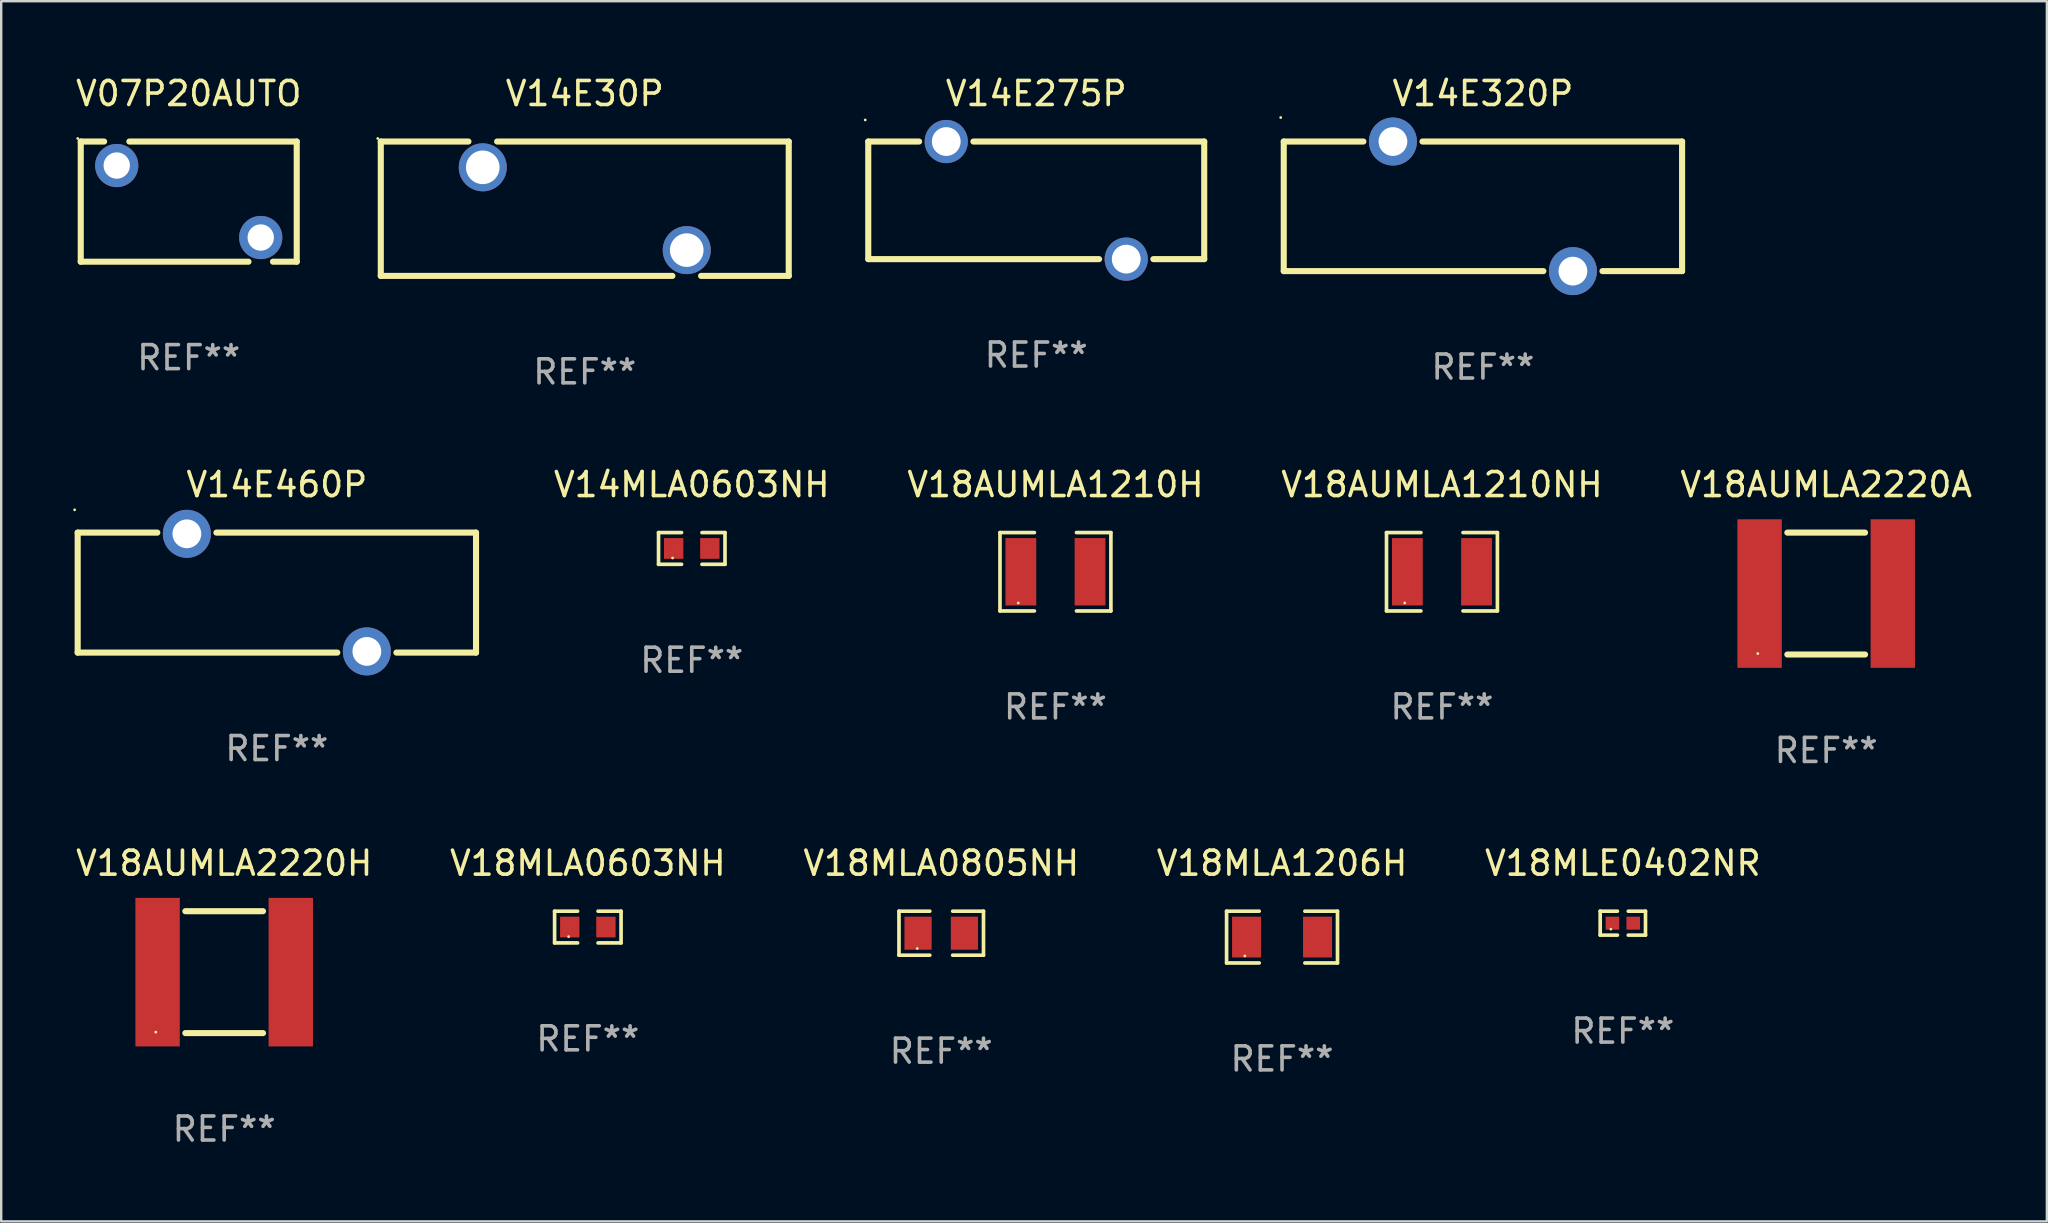
<source format=kicad_pcb>
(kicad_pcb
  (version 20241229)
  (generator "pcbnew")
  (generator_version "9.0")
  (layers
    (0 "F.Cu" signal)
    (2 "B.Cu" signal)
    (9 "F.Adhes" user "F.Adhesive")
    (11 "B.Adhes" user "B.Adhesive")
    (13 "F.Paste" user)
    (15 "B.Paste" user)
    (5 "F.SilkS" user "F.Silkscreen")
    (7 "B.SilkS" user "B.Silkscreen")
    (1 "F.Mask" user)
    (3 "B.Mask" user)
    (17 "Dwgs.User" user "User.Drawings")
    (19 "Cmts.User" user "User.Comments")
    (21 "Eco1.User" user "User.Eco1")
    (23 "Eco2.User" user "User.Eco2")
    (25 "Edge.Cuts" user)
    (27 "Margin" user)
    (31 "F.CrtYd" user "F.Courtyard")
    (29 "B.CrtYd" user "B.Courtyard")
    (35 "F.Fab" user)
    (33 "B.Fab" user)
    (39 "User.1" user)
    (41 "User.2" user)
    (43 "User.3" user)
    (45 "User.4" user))
  (footprint "V18MLA0805NH"
    (layer "F.Cu")
    (at 36.173 35.838)
    (property "Reference" "V18MLA0805NH" (at 0 -2.917 0) (layer "F.SilkS") (effects (font (size 1 1) (thickness 0.15))))
    (attr through_hole)
    (fp_line (start -1.761 -0.917) (end -0.476 -0.917) (stroke (width 0.152) (type solid)) (layer "F.SilkS"))
    (fp_line (start -1.761 0.917) (end -1.761 -0.917) (stroke (width 0.152) (type solid)) (layer "F.SilkS"))
    (fp_line (start -0.476 0.917) (end -1.761 0.917) (stroke (width 0.152) (type solid)) (layer "F.SilkS"))
    (fp_line (start 0.476 0.917) (end 1.761 0.917) (stroke (width 0.152) (type solid)) (layer "F.SilkS"))
    (fp_line (start 1.761 -0.917) (end 0.476 -0.917) (stroke (width 0.152) (type solid)) (layer "F.SilkS"))
    (fp_line (start 1.761 0.917) (end 1.761 -0.917) (stroke (width 0.152) (type solid)) (layer "F.SilkS"))
    (fp_circle (center -1 0.638) (end -0.97 0.638) (stroke (width 0.06) (type solid)) (fill no) (layer "F.SilkS"))
    (fp_text user "REF**" (at 0 4.917 0) (layer "F.Fab") (effects (font (size 1 1) (thickness 0.15))))
    (pad "1" smd rect (at -0.966 0) (size 1.133 1.377) (layers "F.Cu" "F.Mask" "F.Paste"))
    (pad "2" smd rect (at 0.966 0) (size 1.133 1.377) (layers "F.Cu" "F.Mask" "F.Paste")))
  (footprint "V18AUMLA2220A"
    (layer "F.Cu")
    (at 73.051 21.685)
    (property "Reference" "V18AUMLA2220A" (at 0 -4.54 0) (layer "F.SilkS") (effects (font (size 1 1) (thickness 0.15))))
    (attr through_hole)
    (fp_line (start -1.619 -2.54) (end 1.619 -2.54) (stroke (width 0.254) (type solid)) (layer "F.SilkS"))
    (fp_line (start -1.619 2.54) (end 1.619 2.54) (stroke (width 0.254) (type solid)) (layer "F.SilkS"))
    (fp_circle (center -2.85 2.5) (end -2.82 2.5) (stroke (width 0.06) (type solid)) (fill no) (layer "F.SilkS"))
    (fp_text user "REF**" (at 0 6.54 0) (layer "F.Fab") (effects (font (size 1 1) (thickness 0.15))))
    (pad "1" smd rect (at -2.775 0) (size 1.85 6.19) (layers "F.Cu" "F.Mask" "F.Paste"))
    (pad "2" smd rect (at 2.775 0) (size 1.85 6.19) (layers "F.Cu" "F.Mask" "F.Paste")))
  (footprint "V18AUMLA2220H"
    (layer "F.Cu")
    (at 6.292 37.461)
    (property "Reference" "V18AUMLA2220H" (at 0 -4.54 0) (layer "F.SilkS") (effects (font (size 1 1) (thickness 0.15))))
    (attr through_hole)
    (fp_line (start -1.619 -2.54) (end 1.619 -2.54) (stroke (width 0.254) (type solid)) (layer "F.SilkS"))
    (fp_line (start -1.619 2.54) (end 1.619 2.54) (stroke (width 0.254) (type solid)) (layer "F.SilkS"))
    (fp_circle (center -2.85 2.5) (end -2.82 2.5) (stroke (width 0.06) (type solid)) (fill no) (layer "F.SilkS"))
    (fp_text user "REF**" (at 0 6.54 0) (layer "F.Fab") (effects (font (size 1 1) (thickness 0.15))))
    (pad "1" smd rect (at -2.775 0) (size 1.85 6.19) (layers "F.Cu" "F.Mask" "F.Paste"))
    (pad "2" smd rect (at 2.775 0) (size 1.85 6.19) (layers "F.Cu" "F.Mask" "F.Paste")))
  (footprint "V14MLA0603NH"
    (layer "F.Cu")
    (at 25.777 19.805)
    (property "Reference" "V14MLA0603NH" (at 0 -2.661 0) (layer "F.SilkS") (effects (font (size 1 1) (thickness 0.15))))
    (attr through_hole)
    (fp_line (start -1.385 -0.661) (end -0.426 -0.661) (stroke (width 0.152) (type solid)) (layer "F.SilkS"))
    (fp_line (start -1.385 0.661) (end -1.385 -0.661) (stroke (width 0.152) (type solid)) (layer "F.SilkS"))
    (fp_line (start -0.426 0.661) (end -1.385 0.661) (stroke (width 0.152) (type solid)) (layer "F.SilkS"))
    (fp_line (start 0.426 0.661) (end 1.385 0.661) (stroke (width 0.152) (type solid)) (layer "F.SilkS"))
    (fp_line (start 1.385 -0.661) (end 0.426 -0.661) (stroke (width 0.152) (type solid)) (layer "F.SilkS"))
    (fp_line (start 1.385 0.661) (end 1.385 -0.661) (stroke (width 0.152) (type solid)) (layer "F.SilkS"))
    (fp_circle (center -0.8 0.4) (end -0.77 0.4) (stroke (width 0.06) (type solid)) (fill no) (layer "F.SilkS"))
    (fp_text user "REF**" (at 0 4.661 0) (layer "F.Fab") (effects (font (size 1 1) (thickness 0.15))))
    (pad "1" smd rect (at -0.753 0) (size 0.806 0.864) (layers "F.Cu" "F.Mask" "F.Paste"))
    (pad "2" smd rect (at 0.753 0) (size 0.806 0.864) (layers "F.Cu" "F.Mask" "F.Paste")))
  (footprint "V14E275P"
    (layer "F.Cu")
    (at 40.132 5.298)
    (property "Reference" "V14E275P" (at 0 -4.45 0) (layer "F.SilkS") (effects (font (size 1 1) (thickness 0.15))))
    (attr through_hole)
    (fp_line (start -7 -2.45) (end -4.881 -2.45) (stroke (width 0.254) (type solid)) (layer "F.SilkS"))
    (fp_line (start -7 2.45) (end -7 -2.45) (stroke (width 0.254) (type solid)) (layer "F.SilkS"))
    (fp_line (start -7 2.45) (end 2.619 2.45) (stroke (width 0.254) (type solid)) (layer "F.SilkS"))
    (fp_line (start -2.619 -2.45) (end 7 -2.45) (stroke (width 0.254) (type solid)) (layer "F.SilkS"))
    (fp_line (start 4.881 2.45) (end 7 2.45) (stroke (width 0.254) (type solid)) (layer "F.SilkS"))
    (fp_line (start 7 -2.45) (end 7 2.45) (stroke (width 0.254) (type solid)) (layer "F.SilkS"))
    (fp_circle (center -7.127 -3.35) (end -7.097 -3.35) (stroke (width 0.06) (type solid)) (fill no) (layer "F.SilkS"))
    (fp_text user "REF**" (at 0 6.45 0) (layer "F.Fab") (effects (font (size 1 1) (thickness 0.15))))
    (pad "1" thru_hole circle (at -3.75 -2.45) (size 1.8 1.8) (drill 1.2) (layers "*.Cu" "*.Mask"))
    (pad "2" thru_hole circle (at 3.75 2.45) (size 1.8 1.8) (drill 1.2) (layers "*.Cu" "*.Mask")))
  (footprint "V18MLA0603NH"
    (layer "F.Cu")
    (at 21.446 35.582)
    (property "Reference" "V18MLA0603NH" (at 0 -2.661 0) (layer "F.SilkS") (effects (font (size 1 1) (thickness 0.15))))
    (attr through_hole)
    (fp_line (start -1.385 -0.661) (end -0.426 -0.661) (stroke (width 0.152) (type solid)) (layer "F.SilkS"))
    (fp_line (start -1.385 0.661) (end -1.385 -0.661) (stroke (width 0.152) (type solid)) (layer "F.SilkS"))
    (fp_line (start -0.426 0.661) (end -1.385 0.661) (stroke (width 0.152) (type solid)) (layer "F.SilkS"))
    (fp_line (start 0.426 0.661) (end 1.385 0.661) (stroke (width 0.152) (type solid)) (layer "F.SilkS"))
    (fp_line (start 1.385 -0.661) (end 0.426 -0.661) (stroke (width 0.152) (type solid)) (layer "F.SilkS"))
    (fp_line (start 1.385 0.661) (end 1.385 -0.661) (stroke (width 0.152) (type solid)) (layer "F.SilkS"))
    (fp_circle (center -0.8 0.4) (end -0.77 0.4) (stroke (width 0.06) (type solid)) (fill no) (layer "F.SilkS"))
    (fp_text user "REF**" (at 0 4.661 0) (layer "F.Fab") (effects (font (size 1 1) (thickness 0.15))))
    (pad "1" smd rect (at -0.753 0) (size 0.806 0.864) (layers "F.Cu" "F.Mask" "F.Paste"))
    (pad "2" smd rect (at 0.753 0) (size 0.806 0.864) (layers "F.Cu" "F.Mask" "F.Paste")))
  (footprint "V18AUMLA1210NH"
    (layer "F.Cu")
    (at 57.039 20.777)
    (property "Reference" "V18AUMLA1210NH" (at 0 -3.633 0) (layer "F.SilkS") (effects (font (size 1 1) (thickness 0.15))))
    (attr through_hole)
    (fp_line (start -2.311 -1.633) (end -0.876 -1.633) (stroke (width 0.152) (type solid)) (layer "F.SilkS"))
    (fp_line (start -2.311 1.633) (end -2.311 -1.633) (stroke (width 0.152) (type solid)) (layer "F.SilkS"))
    (fp_line (start -0.876 1.633) (end -2.311 1.633) (stroke (width 0.152) (type solid)) (layer "F.SilkS"))
    (fp_line (start 0.876 1.633) (end 2.311 1.633) (stroke (width 0.152) (type solid)) (layer "F.SilkS"))
    (fp_line (start 2.311 -1.633) (end 0.876 -1.633) (stroke (width 0.152) (type solid)) (layer "F.SilkS"))
    (fp_line (start 2.311 1.633) (end 2.311 -1.633) (stroke (width 0.152) (type solid)) (layer "F.SilkS"))
    (fp_circle (center -1.55 1.3) (end -1.52 1.3) (stroke (width 0.06) (type solid)) (fill no) (layer "F.SilkS"))
    (fp_text user "REF**" (at 0 5.633 0) (layer "F.Fab") (effects (font (size 1 1) (thickness 0.15))))
    (pad "1" smd rect (at -1.441 0) (size 1.283 2.808) (layers "F.Cu" "F.Mask" "F.Paste"))
    (pad "2" smd rect (at 1.441 0) (size 1.283 2.808) (layers "F.Cu" "F.Mask" "F.Paste")))
  (footprint "V18MLA1206H"
    (layer "F.Cu")
    (at 50.375 36)
    (property "Reference" "V18MLA1206H" (at 0 -3.079 0) (layer "F.SilkS") (effects (font (size 1 1) (thickness 0.15))))
    (attr through_hole)
    (fp_line (start -2.311 -1.079) (end -0.951 -1.079) (stroke (width 0.152) (type solid)) (layer "F.SilkS"))
    (fp_line (start -2.311 1.079) (end -2.311 -1.079) (stroke (width 0.152) (type solid)) (layer "F.SilkS"))
    (fp_line (start -0.951 1.079) (end -2.311 1.079) (stroke (width 0.152) (type solid)) (layer "F.SilkS"))
    (fp_line (start 0.951 1.079) (end 2.311 1.079) (stroke (width 0.152) (type solid)) (layer "F.SilkS"))
    (fp_line (start 2.311 -1.079) (end 0.951 -1.079) (stroke (width 0.152) (type solid)) (layer "F.SilkS"))
    (fp_line (start 2.311 1.079) (end 2.311 -1.079) (stroke (width 0.152) (type solid)) (layer "F.SilkS"))
    (fp_circle (center -1.55 0.787) (end -1.52 0.787) (stroke (width 0.06) (type solid)) (fill no) (layer "F.SilkS"))
    (fp_text user "REF**" (at 0 5.079 0) (layer "F.Fab") (effects (font (size 1 1) (thickness 0.15))))
    (pad "1" smd rect (at -1.479 0) (size 1.208 1.701) (layers "F.Cu" "F.Mask" "F.Paste"))
    (pad "2" smd rect (at 1.479 0) (size 1.208 1.701) (layers "F.Cu" "F.Mask" "F.Paste")))
  (footprint "V14E30P"
    (layer "F.Cu")
    (at 21.318 5.648)
    (property "Reference" "V14E30P" (at 0 -4.8 0) (layer "F.SilkS") (effects (font (size 1 1) (thickness 0.15))))
    (attr through_hole)
    (fp_line (start -8.5 -2.8) (end -4.847 -2.8) (stroke (width 0.254) (type solid)) (layer "F.SilkS"))
    (fp_line (start -8.5 2.8) (end -8.5 -2.8) (stroke (width 0.254) (type solid)) (layer "F.SilkS"))
    (fp_line (start -8.5 2.8) (end 3.652 2.8) (stroke (width 0.254) (type solid)) (layer "F.SilkS"))
    (fp_line (start -3.652 -2.8) (end 8.5 -2.8) (stroke (width 0.254) (type solid)) (layer "F.SilkS"))
    (fp_line (start 4.847 2.8) (end 8.5 2.8) (stroke (width 0.254) (type solid)) (layer "F.SilkS"))
    (fp_line (start 8.5 -2.8) (end 8.5 2.8) (stroke (width 0.254) (type solid)) (layer "F.SilkS"))
    (fp_circle (center -8.627 -2.927) (end -8.597 -2.927) (stroke (width 0.06) (type solid)) (fill no) (layer "F.SilkS"))
    (fp_text user "REF**" (at 0 6.8 0) (layer "F.Fab") (effects (font (size 1 1) (thickness 0.15))))
    (pad "1" thru_hole circle (at -4.25 -1.725) (size 2 2) (drill 1.4) (layers "*.Cu" "*.Mask"))
    (pad "2" thru_hole circle (at 4.25 1.725) (size 2 2) (drill 1.4) (layers "*.Cu" "*.Mask")))
  (footprint "V18MLE0402NR"
    (layer "F.Cu")
    (at 64.577 35.42)
    (property "Reference" "V18MLE0402NR" (at 0 -2.499 0) (layer "F.SilkS") (effects (font (size 1 1) (thickness 0.15))))
    (attr through_hole)
    (fp_line (start -0.944 -0.499) (end -0.226 -0.499) (stroke (width 0.152) (type solid)) (layer "F.SilkS"))
    (fp_line (start -0.944 0.499) (end -0.944 -0.499) (stroke (width 0.152) (type solid)) (layer "F.SilkS"))
    (fp_line (start -0.226 0.499) (end -0.944 0.499) (stroke (width 0.152) (type solid)) (layer "F.SilkS"))
    (fp_line (start 0.226 0.499) (end 0.944 0.499) (stroke (width 0.152) (type solid)) (layer "F.SilkS"))
    (fp_line (start 0.944 -0.499) (end 0.226 -0.499) (stroke (width 0.152) (type solid)) (layer "F.SilkS"))
    (fp_line (start 0.944 0.499) (end 0.944 -0.499) (stroke (width 0.152) (type solid)) (layer "F.SilkS"))
    (fp_circle (center -0.5 0.25) (end -0.47 0.25) (stroke (width 0.06) (type solid)) (fill no) (layer "F.SilkS"))
    (fp_text user "REF**" (at 0 4.499 0) (layer "F.Fab") (effects (font (size 1 1) (thickness 0.15))))
    (pad "1" smd rect (at -0.433 0) (size 0.566 0.54) (layers "F.Cu" "F.Mask" "F.Paste"))
    (pad "2" smd rect (at 0.433 0) (size 0.566 0.54) (layers "F.Cu" "F.Mask" "F.Paste")))
  (footprint "V07P20AUTO"
    (layer "F.Cu")
    (at 4.815 5.352)
    (property "Reference" "V07P20AUTO" (at 0 -4.504 0) (layer "F.SilkS") (effects (font (size 1 1) (thickness 0.15))))
    (attr through_hole)
    (fp_line (start -4.5 -2.504) (end -4.5 2.504) (stroke (width 0.254) (type solid)) (layer "F.SilkS"))
    (fp_line (start -4.5 -2.504) (end -3.526 -2.504) (stroke (width 0.254) (type solid)) (layer "F.SilkS"))
    (fp_line (start -4.5 2.504) (end 2.49 2.504) (stroke (width 0.254) (type solid)) (layer "F.SilkS"))
    (fp_line (start -2.474 -2.504) (end 4.5 -2.504) (stroke (width 0.254) (type solid)) (layer "F.SilkS"))
    (fp_line (start 3.51 2.504) (end 4.5 2.504) (stroke (width 0.254) (type solid)) (layer "F.SilkS"))
    (fp_line (start 4.5 2.504) (end 4.5 -2.504) (stroke (width 0.254) (type solid)) (layer "F.SilkS"))
    (fp_circle (center -4.627 -2.631) (end -4.597 -2.631) (stroke (width 0.06) (type solid)) (fill no) (layer "F.SilkS"))
    (fp_text user "REF**" (at 0 6.504 0) (layer "F.Fab") (effects (font (size 1 1) (thickness 0.15))))
    (pad "1" thru_hole circle (at -3 -1.504) (size 1.8 1.8) (drill 1.1) (layers "*.Cu" "*.Mask"))
    (pad "2" thru_hole circle (at 3 1.496) (size 1.8 1.8) (drill 1.1) (layers "*.Cu" "*.Mask")))
  (footprint "V18AUMLA1210H"
    (layer "F.Cu")
    (at 40.932 20.777)
    (property "Reference" "V18AUMLA1210H" (at 0 -3.633 0) (layer "F.SilkS") (effects (font (size 1 1) (thickness 0.15))))
    (attr through_hole)
    (fp_line (start -2.311 -1.633) (end -0.876 -1.633) (stroke (width 0.152) (type solid)) (layer "F.SilkS"))
    (fp_line (start -2.311 1.633) (end -2.311 -1.633) (stroke (width 0.152) (type solid)) (layer "F.SilkS"))
    (fp_line (start -0.876 1.633) (end -2.311 1.633) (stroke (width 0.152) (type solid)) (layer "F.SilkS"))
    (fp_line (start 0.876 1.633) (end 2.311 1.633) (stroke (width 0.152) (type solid)) (layer "F.SilkS"))
    (fp_line (start 2.311 -1.633) (end 0.876 -1.633) (stroke (width 0.152) (type solid)) (layer "F.SilkS"))
    (fp_line (start 2.311 1.633) (end 2.311 -1.633) (stroke (width 0.152) (type solid)) (layer "F.SilkS"))
    (fp_circle (center -1.55 1.3) (end -1.52 1.3) (stroke (width 0.06) (type solid)) (fill no) (layer "F.SilkS"))
    (fp_text user "REF**" (at 0 5.633 0) (layer "F.Fab") (effects (font (size 1 1) (thickness 0.15))))
    (pad "1" smd rect (at -1.441 0) (size 1.283 2.808) (layers "F.Cu" "F.Mask" "F.Paste"))
    (pad "2" smd rect (at 1.441 0) (size 1.283 2.808) (layers "F.Cu" "F.Mask" "F.Paste")))
  (footprint "V14E460P"
    (layer "F.Cu")
    (at 8.487 21.645)
    (property "Reference" "V14E460P" (at 0 -4.5 0) (layer "F.SilkS") (effects (font (size 1 1) (thickness 0.15))))
    (attr through_hole)
    (fp_line (start -8.3 -2.5) (end -8.3 2.5) (stroke (width 0.254) (type solid)) (layer "F.SilkS"))
    (fp_line (start -8.3 -2.5) (end -4.981 -2.5) (stroke (width 0.254) (type solid)) (layer "F.SilkS"))
    (fp_line (start -8.3 2.5) (end 2.519 2.5) (stroke (width 0.254) (type solid)) (layer "F.SilkS"))
    (fp_line (start -2.519 -2.5) (end 8.3 -2.5) (stroke (width 0.254) (type solid)) (layer "F.SilkS"))
    (fp_line (start 4.981 2.5) (end 8.3 2.5) (stroke (width 0.254) (type solid)) (layer "F.SilkS"))
    (fp_line (start 8.3 -2.5) (end 8.3 2.5) (stroke (width 0.254) (type solid)) (layer "F.SilkS"))
    (fp_circle (center -8.427 -3.45) (end -8.397 -3.45) (stroke (width 0.06) (type solid)) (fill no) (layer "F.SilkS"))
    (fp_text user "REF**" (at 0 6.5 0) (layer "F.Fab") (effects (font (size 1 1) (thickness 0.15))))
    (pad "1" thru_hole circle (at -3.75 -2.45) (size 2 2) (drill 1.2) (layers "*.Cu" "*.Mask"))
    (pad "2" thru_hole circle (at 3.75 2.45) (size 2 2) (drill 1.2) (layers "*.Cu" "*.Mask")))
  (footprint "V14E320P"
    (layer "F.Cu")
    (at 58.746 5.548)
    (property "Reference" "V14E320P" (at 0 -4.7 0) (layer "F.SilkS") (effects (font (size 1 1) (thickness 0.15))))
    (attr through_hole)
    (fp_line (start -8.3 -2.7) (end -8.3 2.7) (stroke (width 0.254) (type solid)) (layer "F.SilkS"))
    (fp_line (start -8.3 -2.7) (end -4.981 -2.7) (stroke (width 0.254) (type solid)) (layer "F.SilkS"))
    (fp_line (start -8.3 2.7) (end 2.519 2.7) (stroke (width 0.254) (type solid)) (layer "F.SilkS"))
    (fp_line (start -2.519 -2.7) (end 8.3 -2.7) (stroke (width 0.254) (type solid)) (layer "F.SilkS"))
    (fp_line (start 4.981 2.7) (end 8.3 2.7) (stroke (width 0.254) (type solid)) (layer "F.SilkS"))
    (fp_line (start 8.3 -2.7) (end 8.3 2.7) (stroke (width 0.254) (type solid)) (layer "F.SilkS"))
    (fp_circle (center -8.427 -3.7) (end -8.397 -3.7) (stroke (width 0.06) (type solid)) (fill no) (layer "F.SilkS"))
    (fp_text user "REF**" (at 0 6.7 0) (layer "F.Fab") (effects (font (size 1 1) (thickness 0.15))))
    (pad "1" thru_hole circle (at -3.75 -2.7) (size 2 2) (drill 1.2) (layers "*.Cu" "*.Mask"))
    (pad "2" thru_hole circle (at 3.75 2.7) (size 2 2) (drill 1.2) (layers "*.Cu" "*.Mask")))
  (gr_rect
    (start -3 -3)
    (end 82.247 47.849)
    (stroke (width 0.1) (type default))
    (fill no)
    (layer "Edge.Cuts")))
</source>
